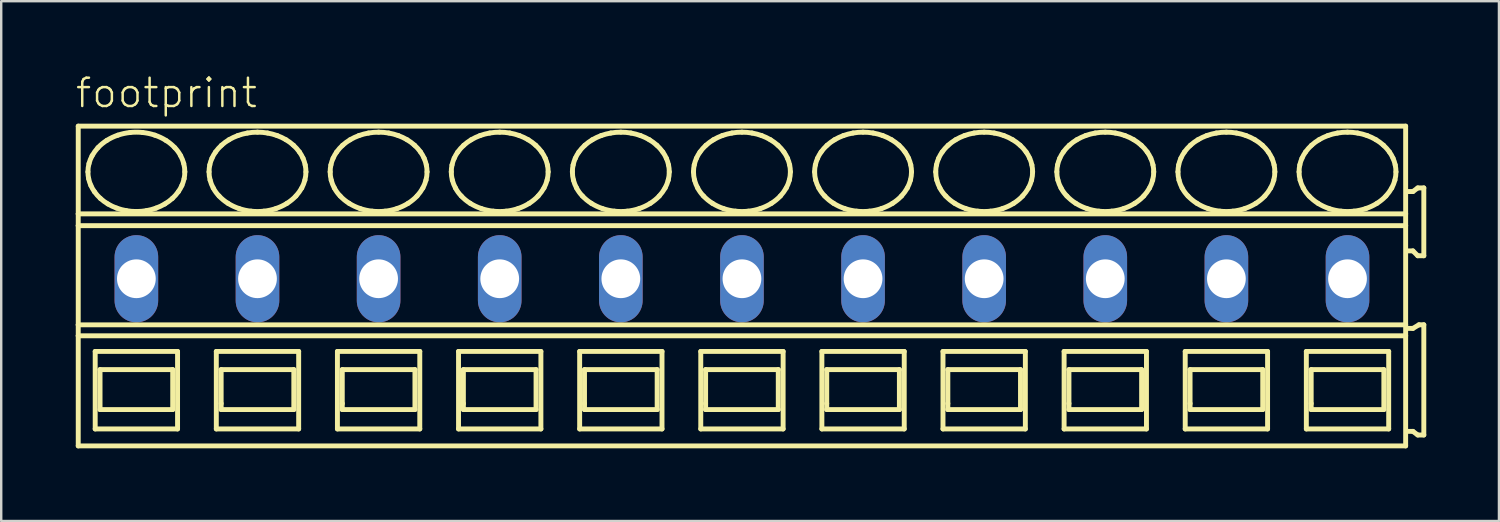
<source format=kicad_pcb>
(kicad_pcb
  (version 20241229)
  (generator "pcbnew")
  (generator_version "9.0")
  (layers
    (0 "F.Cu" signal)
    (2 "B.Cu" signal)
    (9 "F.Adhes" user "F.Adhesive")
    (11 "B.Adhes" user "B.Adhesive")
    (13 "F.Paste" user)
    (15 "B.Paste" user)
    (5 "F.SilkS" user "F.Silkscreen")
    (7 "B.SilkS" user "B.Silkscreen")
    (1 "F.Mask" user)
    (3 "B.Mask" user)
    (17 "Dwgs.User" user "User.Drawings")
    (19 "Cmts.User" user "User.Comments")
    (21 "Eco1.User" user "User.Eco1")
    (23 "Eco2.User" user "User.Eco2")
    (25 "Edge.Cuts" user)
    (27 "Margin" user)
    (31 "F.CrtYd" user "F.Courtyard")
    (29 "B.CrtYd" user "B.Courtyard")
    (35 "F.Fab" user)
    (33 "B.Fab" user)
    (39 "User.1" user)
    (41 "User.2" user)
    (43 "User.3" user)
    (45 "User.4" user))
  (footprint "footprint"
    (layer "F.Cu")
    (at 5.08 8.458)
    (property "Reference" "footprint" (at -5.08 -6.985 0) (layer "F.SilkS") (effects (font (size 1.168 1.168) (thickness 0.102)) (justify left bottom)))
    (fp_line (start -4.9 -6.3) (end -4.9 -2.679) (stroke (width 0.203) (type solid)) (layer "F.SilkS"))
    (fp_line (start -4.9 -2.679) (end -4.9 -2.192) (stroke (width 0.203) (type solid)) (layer "F.SilkS"))
    (fp_line (start -4.9 -2.192) (end -4.9 1.902) (stroke (width 0.203) (type solid)) (layer "F.SilkS"))
    (fp_line (start -4.9 1.902) (end -4.9 2.354) (stroke (width 0.203) (type solid)) (layer "F.SilkS"))
    (fp_line (start -4.9 2.354) (end -4.9 6.9) (stroke (width 0.203) (type solid)) (layer "F.SilkS"))
    (fp_line (start -4.9 6.9) (end 49.9 6.9) (stroke (width 0.203) (type solid)) (layer "F.SilkS"))
    (fp_line (start -4.2 3) (end -4.2 6.2) (stroke (width 0.203) (type solid)) (layer "F.SilkS"))
    (fp_line (start -4.2 6.2) (end -0.8 6.2) (stroke (width 0.203) (type solid)) (layer "F.SilkS"))
    (fp_line (start -4 3.75) (end -4 5.4) (stroke (width 0.203) (type solid)) (layer "F.SilkS"))
    (fp_line (start -4 5.4) (end -1 5.4) (stroke (width 0.203) (type solid)) (layer "F.SilkS"))
    (fp_line (start -1 3.75) (end -4 3.75) (stroke (width 0.203) (type solid)) (layer "F.SilkS"))
    (fp_line (start -1 5.4) (end -1 3.75) (stroke (width 0.203) (type solid)) (layer "F.SilkS"))
    (fp_line (start -0.8 3) (end -4.2 3) (stroke (width 0.203) (type solid)) (layer "F.SilkS"))
    (fp_line (start -0.8 6.2) (end -0.8 3) (stroke (width 0.203) (type solid)) (layer "F.SilkS"))
    (fp_line (start 0.8 3) (end 0.8 6.2) (stroke (width 0.203) (type solid)) (layer "F.SilkS"))
    (fp_line (start 0.8 6.2) (end 4.2 6.2) (stroke (width 0.203) (type solid)) (layer "F.SilkS"))
    (fp_line (start 1 3.75) (end 1 5.15) (stroke (width 0.203) (type solid)) (layer "F.SilkS"))
    (fp_line (start 1 5.15) (end 1 5.4) (stroke (width 0.203) (type solid)) (layer "F.SilkS"))
    (fp_line (start 1 5.4) (end 4 5.4) (stroke (width 0.203) (type solid)) (layer "F.SilkS"))
    (fp_line (start 4 3.75) (end 1 3.75) (stroke (width 0.203) (type solid)) (layer "F.SilkS"))
    (fp_line (start 4 5.4) (end 4 3.75) (stroke (width 0.203) (type solid)) (layer "F.SilkS"))
    (fp_line (start 4.2 3) (end 0.8 3) (stroke (width 0.203) (type solid)) (layer "F.SilkS"))
    (fp_line (start 4.2 6.2) (end 4.2 3) (stroke (width 0.203) (type solid)) (layer "F.SilkS"))
    (fp_line (start 5.8 3) (end 5.8 6.2) (stroke (width 0.203) (type solid)) (layer "F.SilkS"))
    (fp_line (start 5.8 6.2) (end 9.2 6.2) (stroke (width 0.203) (type solid)) (layer "F.SilkS"))
    (fp_line (start 6 3.75) (end 6 5.15) (stroke (width 0.203) (type solid)) (layer "F.SilkS"))
    (fp_line (start 6 5.15) (end 6 5.4) (stroke (width 0.203) (type solid)) (layer "F.SilkS"))
    (fp_line (start 6 5.4) (end 9 5.4) (stroke (width 0.203) (type solid)) (layer "F.SilkS"))
    (fp_line (start 9 3.75) (end 6 3.75) (stroke (width 0.203) (type solid)) (layer "F.SilkS"))
    (fp_line (start 9 5.4) (end 9 3.75) (stroke (width 0.203) (type solid)) (layer "F.SilkS"))
    (fp_line (start 9.2 3) (end 5.8 3) (stroke (width 0.203) (type solid)) (layer "F.SilkS"))
    (fp_line (start 9.2 6.2) (end 9.2 3) (stroke (width 0.203) (type solid)) (layer "F.SilkS"))
    (fp_line (start 10.8 3) (end 10.8 6.2) (stroke (width 0.203) (type solid)) (layer "F.SilkS"))
    (fp_line (start 10.8 6.2) (end 14.2 6.2) (stroke (width 0.203) (type solid)) (layer "F.SilkS"))
    (fp_line (start 11 3.75) (end 11 5.15) (stroke (width 0.203) (type solid)) (layer "F.SilkS"))
    (fp_line (start 11 5.15) (end 11 5.4) (stroke (width 0.203) (type solid)) (layer "F.SilkS"))
    (fp_line (start 11 5.4) (end 14 5.4) (stroke (width 0.203) (type solid)) (layer "F.SilkS"))
    (fp_line (start 14 3.75) (end 11 3.75) (stroke (width 0.203) (type solid)) (layer "F.SilkS"))
    (fp_line (start 14 5.4) (end 14 3.75) (stroke (width 0.203) (type solid)) (layer "F.SilkS"))
    (fp_line (start 14.2 3) (end 10.8 3) (stroke (width 0.203) (type solid)) (layer "F.SilkS"))
    (fp_line (start 14.2 6.2) (end 14.2 3) (stroke (width 0.203) (type solid)) (layer "F.SilkS"))
    (fp_line (start 15.8 3) (end 15.8 6.2) (stroke (width 0.203) (type solid)) (layer "F.SilkS"))
    (fp_line (start 15.8 6.2) (end 19.2 6.2) (stroke (width 0.203) (type solid)) (layer "F.SilkS"))
    (fp_line (start 16 3.75) (end 16 5.15) (stroke (width 0.203) (type solid)) (layer "F.SilkS"))
    (fp_line (start 16 5.15) (end 16 5.4) (stroke (width 0.203) (type solid)) (layer "F.SilkS"))
    (fp_line (start 16 5.4) (end 19 5.4) (stroke (width 0.203) (type solid)) (layer "F.SilkS"))
    (fp_line (start 19 3.75) (end 16 3.75) (stroke (width 0.203) (type solid)) (layer "F.SilkS"))
    (fp_line (start 19 5.4) (end 19 3.75) (stroke (width 0.203) (type solid)) (layer "F.SilkS"))
    (fp_line (start 19.2 3) (end 15.8 3) (stroke (width 0.203) (type solid)) (layer "F.SilkS"))
    (fp_line (start 19.2 6.2) (end 19.2 3) (stroke (width 0.203) (type solid)) (layer "F.SilkS"))
    (fp_line (start 20.8 3) (end 20.8 6.2) (stroke (width 0.203) (type solid)) (layer "F.SilkS"))
    (fp_line (start 20.8 6.2) (end 24.2 6.2) (stroke (width 0.203) (type solid)) (layer "F.SilkS"))
    (fp_line (start 21 3.75) (end 21 5.15) (stroke (width 0.203) (type solid)) (layer "F.SilkS"))
    (fp_line (start 21 5.15) (end 21 5.4) (stroke (width 0.203) (type solid)) (layer "F.SilkS"))
    (fp_line (start 21 5.4) (end 24 5.4) (stroke (width 0.203) (type solid)) (layer "F.SilkS"))
    (fp_line (start 24 3.75) (end 21 3.75) (stroke (width 0.203) (type solid)) (layer "F.SilkS"))
    (fp_line (start 24 5.4) (end 24 3.75) (stroke (width 0.203) (type solid)) (layer "F.SilkS"))
    (fp_line (start 24.2 3) (end 20.8 3) (stroke (width 0.203) (type solid)) (layer "F.SilkS"))
    (fp_line (start 24.2 6.2) (end 24.2 3) (stroke (width 0.203) (type solid)) (layer "F.SilkS"))
    (fp_line (start 25.8 3) (end 25.8 6.2) (stroke (width 0.203) (type solid)) (layer "F.SilkS"))
    (fp_line (start 25.8 6.2) (end 29.2 6.2) (stroke (width 0.203) (type solid)) (layer "F.SilkS"))
    (fp_line (start 26 3.75) (end 26 5.15) (stroke (width 0.203) (type solid)) (layer "F.SilkS"))
    (fp_line (start 26 5.15) (end 26 5.4) (stroke (width 0.203) (type solid)) (layer "F.SilkS"))
    (fp_line (start 26 5.4) (end 29 5.4) (stroke (width 0.203) (type solid)) (layer "F.SilkS"))
    (fp_line (start 29 3.75) (end 26 3.75) (stroke (width 0.203) (type solid)) (layer "F.SilkS"))
    (fp_line (start 29 5.4) (end 29 3.75) (stroke (width 0.203) (type solid)) (layer "F.SilkS"))
    (fp_line (start 29.2 3) (end 25.8 3) (stroke (width 0.203) (type solid)) (layer "F.SilkS"))
    (fp_line (start 29.2 6.2) (end 29.2 3) (stroke (width 0.203) (type solid)) (layer "F.SilkS"))
    (fp_line (start 30.8 3) (end 30.8 6.2) (stroke (width 0.203) (type solid)) (layer "F.SilkS"))
    (fp_line (start 30.8 6.2) (end 34.2 6.2) (stroke (width 0.203) (type solid)) (layer "F.SilkS"))
    (fp_line (start 31 3.75) (end 31 5.15) (stroke (width 0.203) (type solid)) (layer "F.SilkS"))
    (fp_line (start 31 5.15) (end 31 5.4) (stroke (width 0.203) (type solid)) (layer "F.SilkS"))
    (fp_line (start 31 5.4) (end 34 5.4) (stroke (width 0.203) (type solid)) (layer "F.SilkS"))
    (fp_line (start 34 3.75) (end 31 3.75) (stroke (width 0.203) (type solid)) (layer "F.SilkS"))
    (fp_line (start 34 5.4) (end 34 3.75) (stroke (width 0.203) (type solid)) (layer "F.SilkS"))
    (fp_line (start 34.2 3) (end 30.8 3) (stroke (width 0.203) (type solid)) (layer "F.SilkS"))
    (fp_line (start 34.2 6.2) (end 34.2 3) (stroke (width 0.203) (type solid)) (layer "F.SilkS"))
    (fp_line (start 35.8 3) (end 35.8 6.2) (stroke (width 0.203) (type solid)) (layer "F.SilkS"))
    (fp_line (start 35.8 6.2) (end 39.2 6.2) (stroke (width 0.203) (type solid)) (layer "F.SilkS"))
    (fp_line (start 36 3.75) (end 36 5.15) (stroke (width 0.203) (type solid)) (layer "F.SilkS"))
    (fp_line (start 36 5.15) (end 36 5.4) (stroke (width 0.203) (type solid)) (layer "F.SilkS"))
    (fp_line (start 36 5.4) (end 39 5.4) (stroke (width 0.203) (type solid)) (layer "F.SilkS"))
    (fp_line (start 39 3.75) (end 36 3.75) (stroke (width 0.203) (type solid)) (layer "F.SilkS"))
    (fp_line (start 39 5.4) (end 39 3.75) (stroke (width 0.203) (type solid)) (layer "F.SilkS"))
    (fp_line (start 39.2 3) (end 35.8 3) (stroke (width 0.203) (type solid)) (layer "F.SilkS"))
    (fp_line (start 39.2 6.2) (end 39.2 3) (stroke (width 0.203) (type solid)) (layer "F.SilkS"))
    (fp_line (start 40.8 3) (end 40.8 6.2) (stroke (width 0.203) (type solid)) (layer "F.SilkS"))
    (fp_line (start 40.8 6.2) (end 44.2 6.2) (stroke (width 0.203) (type solid)) (layer "F.SilkS"))
    (fp_line (start 41 3.75) (end 41 5.15) (stroke (width 0.203) (type solid)) (layer "F.SilkS"))
    (fp_line (start 41 5.15) (end 41 5.4) (stroke (width 0.203) (type solid)) (layer "F.SilkS"))
    (fp_line (start 41 5.4) (end 44 5.4) (stroke (width 0.203) (type solid)) (layer "F.SilkS"))
    (fp_line (start 44 3.75) (end 41 3.75) (stroke (width 0.203) (type solid)) (layer "F.SilkS"))
    (fp_line (start 44 5.4) (end 44 3.75) (stroke (width 0.203) (type solid)) (layer "F.SilkS"))
    (fp_line (start 44.2 3) (end 40.8 3) (stroke (width 0.203) (type solid)) (layer "F.SilkS"))
    (fp_line (start 44.2 6.2) (end 44.2 3) (stroke (width 0.203) (type solid)) (layer "F.SilkS"))
    (fp_line (start 45.8 3) (end 45.8 6.2) (stroke (width 0.203) (type solid)) (layer "F.SilkS"))
    (fp_line (start 45.8 6.2) (end 49.2 6.2) (stroke (width 0.203) (type solid)) (layer "F.SilkS"))
    (fp_line (start 46 3.75) (end 46 5.15) (stroke (width 0.203) (type solid)) (layer "F.SilkS"))
    (fp_line (start 46 5.15) (end 46 5.4) (stroke (width 0.203) (type solid)) (layer "F.SilkS"))
    (fp_line (start 46 5.4) (end 49 5.4) (stroke (width 0.203) (type solid)) (layer "F.SilkS"))
    (fp_line (start 49 3.75) (end 46 3.75) (stroke (width 0.203) (type solid)) (layer "F.SilkS"))
    (fp_line (start 49 5.4) (end 49 3.75) (stroke (width 0.203) (type solid)) (layer "F.SilkS"))
    (fp_line (start 49.2 3) (end 45.8 3) (stroke (width 0.203) (type solid)) (layer "F.SilkS"))
    (fp_line (start 49.2 6.2) (end 49.2 3) (stroke (width 0.203) (type solid)) (layer "F.SilkS"))
    (fp_line (start 49.9 -6.3) (end -4.9 -6.3) (stroke (width 0.203) (type solid)) (layer "F.SilkS"))
    (fp_line (start 49.9 -2.679) (end -4.9 -2.679) (stroke (width 0.203) (type solid)) (layer "F.SilkS"))
    (fp_line (start 49.9 -2.679) (end 49.9 -6.3) (stroke (width 0.203) (type solid)) (layer "F.SilkS"))
    (fp_line (start 49.9 -2.192) (end -4.9 -2.192) (stroke (width 0.203) (type solid)) (layer "F.SilkS"))
    (fp_line (start 49.9 -2.192) (end 49.9 -2.679) (stroke (width 0.203) (type solid)) (layer "F.SilkS"))
    (fp_line (start 49.9 1.902) (end -4.9 1.902) (stroke (width 0.203) (type solid)) (layer "F.SilkS"))
    (fp_line (start 49.9 1.902) (end 49.9 -2.192) (stroke (width 0.203) (type solid)) (layer "F.SilkS"))
    (fp_line (start 49.9 2.354) (end -4.9 2.354) (stroke (width 0.203) (type solid)) (layer "F.SilkS"))
    (fp_line (start 49.9 2.354) (end 49.9 1.902) (stroke (width 0.203) (type solid)) (layer "F.SilkS"))
    (fp_line (start 49.9 6.9) (end 49.9 2.354) (stroke (width 0.203) (type solid)) (layer "F.SilkS"))
    (fp_line (start 50 -1.15) (end 50.2 -1.15) (stroke (width 0.203) (type solid)) (layer "F.SilkS"))
    (fp_line (start 50 6.3) (end 50.2 6.3) (stroke (width 0.203) (type solid)) (layer "F.SilkS"))
    (fp_line (start 50.2 -3.6) (end 50 -3.6) (stroke (width 0.203) (type solid)) (layer "F.SilkS"))
    (fp_line (start 50.2 -1.15) (end 50.4 -0.95) (stroke (width 0.203) (type solid)) (layer "F.SilkS"))
    (fp_line (start 50.2 2.05) (end 50 2.05) (stroke (width 0.203) (type solid)) (layer "F.SilkS"))
    (fp_line (start 50.2 6.3) (end 50.4 6.45) (stroke (width 0.203) (type solid)) (layer "F.SilkS"))
    (fp_line (start 50.4 -3.75) (end 50.2 -3.6) (stroke (width 0.203) (type solid)) (layer "F.SilkS"))
    (fp_line (start 50.4 -0.95) (end 50.65 -0.95) (stroke (width 0.203) (type solid)) (layer "F.SilkS"))
    (fp_line (start 50.4 6.45) (end 50.65 6.45) (stroke (width 0.203) (type solid)) (layer "F.SilkS"))
    (fp_line (start 50.45 1.9) (end 50.2 2.05) (stroke (width 0.203) (type solid)) (layer "F.SilkS"))
    (fp_line (start 50.65 -3.75) (end 50.4 -3.75) (stroke (width 0.203) (type solid)) (layer "F.SilkS"))
    (fp_line (start 50.65 -0.95) (end 50.65 -3.75) (stroke (width 0.203) (type solid)) (layer "F.SilkS"))
    (fp_line (start 50.65 1.9) (end 50.45 1.9) (stroke (width 0.203) (type solid)) (layer "F.SilkS"))
    (fp_line (start 50.65 6.45) (end 50.65 1.9) (stroke (width 0.203) (type solid)) (layer "F.SilkS"))
    (fp_arc (start -4.5 -4.4136) (mid -4.488905 -4.585389) (end -4.4562 -4.7544) (stroke (width 0.2032) (type solid)) (layer "F.SilkS"))
    (fp_arc (start -4.4695 -4.1287) (mid -4.492308 -4.270341) (end -4.5 -4.4136) (stroke (width 0.2032) (type solid)) (layer "F.SilkS"))
    (fp_arc (start -4.4562 -4.7544) (mid -4.401558 -4.920839) (end -4.3273 -5.0795) (stroke (width 0.2032) (type solid)) (layer "F.SilkS"))
    (fp_arc (start -4.3795 -3.8536) (mid -4.431599 -3.988827) (end -4.4695 -4.1287) (stroke (width 0.2032) (type solid)) (layer "F.SilkS"))
    (fp_arc (start -4.3274 -5.0795) (mid -4.216217 -5.252167) (end -4.0864 -5.4113) (stroke (width 0.2032) (type solid)) (layer "F.SilkS"))
    (fp_arc (start -4.232 -3.5945) (mid -4.312155 -3.720404) (end -4.3795 -3.8536) (stroke (width 0.2032) (type solid)) (layer "F.SilkS"))
    (fp_arc (start -4.0864 -5.4113) (mid -3.911717 -5.573771) (end -3.718 -5.713) (stroke (width 0.2032) (type solid)) (layer "F.SilkS"))
    (fp_arc (start -3.9861 -3.3171) (mid -4.116737 -3.448975) (end -4.2321 -3.5944) (stroke (width 0.2032) (type solid)) (layer "F.SilkS"))
    (fp_arc (start -3.718 -5.713) (mid -3.497651 -5.83326) (end -3.2649 -5.9273) (stroke (width 0.2032) (type solid)) (layer "F.SilkS"))
    (fp_arc (start -3.676 -3.0884) (mid -3.836846 -3.194891) (end -3.9861 -3.3171) (stroke (width 0.2032) (type solid)) (layer "F.SilkS"))
    (fp_arc (start -3.313 -2.9167) (mid -3.498551 -2.993985) (end -3.676 -3.0884) (stroke (width 0.2032) (type solid)) (layer "F.SilkS"))
    (fp_arc (start -3.2649 -5.9273) (mid -3.016253 -5.996227) (end -2.7616 -6.0378) (stroke (width 0.2032) (type solid)) (layer "F.SilkS"))
    (fp_arc (start -2.9161 -2.8111) (mid -3.116893 -2.855096) (end -3.313 -2.9167) (stroke (width 0.2032) (type solid)) (layer "F.SilkS"))
    (fp_arc (start -2.7616 -6.0378) (mid -2.5 -6.051841) (end -2.2384 -6.0378) (stroke (width 0.2032) (type solid)) (layer "F.SilkS"))
    (fp_arc (start -2.5 -2.7752) (mid -2.708826 -2.784159) (end -2.9161 -2.8111) (stroke (width 0.2032) (type solid)) (layer "F.SilkS"))
    (fp_arc (start -2.2384 -6.0378) (mid -1.983714 -5.996379) (end -1.7351 -5.9273) (stroke (width 0.2032) (type solid)) (layer "F.SilkS"))
    (fp_arc (start -2.0839 -2.8111) (mid -2.291182 -2.784277) (end -2.5 -2.7753) (stroke (width 0.2032) (type solid)) (layer "F.SilkS"))
    (fp_arc (start -1.7351 -5.9273) (mid -1.502222 -5.83353) (end -1.282 -5.713) (stroke (width 0.2032) (type solid)) (layer "F.SilkS"))
    (fp_arc (start -1.687 -2.9167) (mid -1.883129 -2.855175) (end -2.0839 -2.8111) (stroke (width 0.2032) (type solid)) (layer "F.SilkS"))
    (fp_arc (start -1.324 -3.0884) (mid -1.501514 -2.994123) (end -1.687 -2.9167) (stroke (width 0.2032) (type solid)) (layer "F.SilkS"))
    (fp_arc (start -1.282 -5.713) (mid -1.088036 -5.574073) (end -0.9136 -5.4113) (stroke (width 0.2032) (type solid)) (layer "F.SilkS"))
    (fp_arc (start -1.0139 -3.3171) (mid -1.163276 -3.195057) (end -1.324 -3.0884) (stroke (width 0.2032) (type solid)) (layer "F.SilkS"))
    (fp_arc (start -0.9137 -5.4112) (mid -0.781313 -5.253987) (end -0.6727 -5.0795) (stroke (width 0.2032) (type solid)) (layer "F.SilkS"))
    (fp_arc (start -0.7679 -3.5944) (mid -0.88339 -3.449088) (end -1.0139 -3.3171) (stroke (width 0.2032) (type solid)) (layer "F.SilkS"))
    (fp_arc (start -0.6727 -5.0795) (mid -0.598286 -4.920901) (end -0.5438 -4.7544) (stroke (width 0.2032) (type solid)) (layer "F.SilkS"))
    (fp_arc (start -0.6204 -3.8536) (mid -0.687861 -3.720421) (end -0.7679 -3.5944) (stroke (width 0.2032) (type solid)) (layer "F.SilkS"))
    (fp_arc (start -0.5438 -4.7544) (mid -0.511083 -4.58539) (end -0.5 -4.4136) (stroke (width 0.2032) (type solid)) (layer "F.SilkS"))
    (fp_arc (start -0.5305 -4.1287) (mid -0.568473 -3.988851) (end -0.6205 -3.8536) (stroke (width 0.2032) (type solid)) (layer "F.SilkS"))
    (fp_arc (start -0.5001 -4.4136) (mid -0.507739 -4.270343) (end -0.5305 -4.1287) (stroke (width 0.2032) (type solid)) (layer "F.SilkS"))
    (fp_arc (start 0.5 -4.4136) (mid 0.507693 -4.556809) (end 0.5305 -4.6984) (stroke (width 0.2032) (type solid)) (layer "F.SilkS"))
    (fp_arc (start 0.5305 -4.6984) (mid 0.568467 -4.8383) (end 0.6205 -4.9736) (stroke (width 0.2032) (type solid)) (layer "F.SilkS"))
    (fp_arc (start 0.5438 -4.0727) (mid 0.511073 -4.241759) (end 0.5 -4.4136) (stroke (width 0.2032) (type solid)) (layer "F.SilkS"))
    (fp_arc (start 0.6204 -4.9736) (mid 0.687866 -5.106728) (end 0.7679 -5.2327) (stroke (width 0.2032) (type solid)) (layer "F.SilkS"))
    (fp_arc (start 0.6727 -3.7476) (mid 0.598289 -3.9062) (end 0.5438 -4.0727) (stroke (width 0.2032) (type solid)) (layer "F.SilkS"))
    (fp_arc (start 0.7679 -5.2327) (mid 0.883386 -5.378016) (end 1.0139 -5.51) (stroke (width 0.2032) (type solid)) (layer "F.SilkS"))
    (fp_arc (start 0.9136 -3.4159) (mid 0.781267 -3.57312) (end 0.6727 -3.7476) (stroke (width 0.2032) (type solid)) (layer "F.SilkS"))
    (fp_arc (start 1.0139 -5.51) (mid 1.163277 -5.632042) (end 1.324 -5.7387) (stroke (width 0.2032) (type solid)) (layer "F.SilkS"))
    (fp_arc (start 1.282 -3.1141) (mid 1.088032 -3.253077) (end 0.9136 -3.4159) (stroke (width 0.2032) (type solid)) (layer "F.SilkS"))
    (fp_arc (start 1.324 -5.7387) (mid 1.501514 -5.832977) (end 1.687 -5.9104) (stroke (width 0.2032) (type solid)) (layer "F.SilkS"))
    (fp_arc (start 1.687 -5.9104) (mid 1.883129 -5.971925) (end 2.0839 -6.016) (stroke (width 0.2032) (type solid)) (layer "F.SilkS"))
    (fp_arc (start 1.7351 -2.8998) (mid 1.502222 -2.993571) (end 1.282 -3.1141) (stroke (width 0.2032) (type solid)) (layer "F.SilkS"))
    (fp_arc (start 2.0839 -6.0161) (mid 2.291183 -6.042919) (end 2.5 -6.0519) (stroke (width 0.2032) (type solid)) (layer "F.SilkS"))
    (fp_arc (start 2.2384 -2.7893) (mid 1.983714 -2.830721) (end 1.7351 -2.8998) (stroke (width 0.2032) (type solid)) (layer "F.SilkS"))
    (fp_arc (start 2.5 -6.0519) (mid 2.708826 -6.042941) (end 2.9161 -6.016) (stroke (width 0.2032) (type solid)) (layer "F.SilkS"))
    (fp_arc (start 2.7616 -2.7893) (mid 2.5 -2.775259) (end 2.2384 -2.7893) (stroke (width 0.2032) (type solid)) (layer "F.SilkS"))
    (fp_arc (start 2.9161 -6.016) (mid 3.116893 -5.972004) (end 3.313 -5.9104) (stroke (width 0.2032) (type solid)) (layer "F.SilkS"))
    (fp_arc (start 3.2649 -2.8998) (mid 3.016253 -2.830873) (end 2.7616 -2.7893) (stroke (width 0.2032) (type solid)) (layer "F.SilkS"))
    (fp_arc (start 3.313 -5.9104) (mid 3.498552 -5.833116) (end 3.676 -5.7387) (stroke (width 0.2032) (type solid)) (layer "F.SilkS"))
    (fp_arc (start 3.676 -5.7387) (mid 3.836846 -5.632209) (end 3.9861 -5.51) (stroke (width 0.2032) (type solid)) (layer "F.SilkS"))
    (fp_arc (start 3.718 -3.1141) (mid 3.497651 -2.993839) (end 3.2649 -2.8998) (stroke (width 0.2032) (type solid)) (layer "F.SilkS"))
    (fp_arc (start 3.9861 -5.51) (mid 4.116738 -5.378126) (end 4.2321 -5.2327) (stroke (width 0.2032) (type solid)) (layer "F.SilkS"))
    (fp_arc (start 4.0864 -3.4159) (mid 3.911721 -3.253378) (end 3.718 -3.1141) (stroke (width 0.2032) (type solid)) (layer "F.SilkS"))
    (fp_arc (start 4.2321 -5.2327) (mid 4.312204 -5.106793) (end 4.3795 -4.9736) (stroke (width 0.2032) (type solid)) (layer "F.SilkS"))
    (fp_arc (start 4.3273 -3.7476) (mid 4.216161 -3.574988) (end 4.0864 -3.4159) (stroke (width 0.2032) (type solid)) (layer "F.SilkS"))
    (fp_arc (start 4.3795 -4.9736) (mid 4.431605 -4.838324) (end 4.4695 -4.6984) (stroke (width 0.2032) (type solid)) (layer "F.SilkS"))
    (fp_arc (start 4.4562 -4.0727) (mid 4.401557 -3.906262) (end 4.3273 -3.7476) (stroke (width 0.2032) (type solid)) (layer "F.SilkS"))
    (fp_arc (start 4.4695 -4.6984) (mid 4.4923 -4.556809) (end 4.5 -4.4136) (stroke (width 0.2032) (type solid)) (layer "F.SilkS"))
    (fp_arc (start 4.5 -4.4136) (mid 4.488914 -4.241761) (end 4.4562 -4.0727) (stroke (width 0.2032) (type solid)) (layer "F.SilkS"))
    (fp_arc (start 5.5 -4.4136) (mid 5.507693 -4.556809) (end 5.5305 -4.6984) (stroke (width 0.2032) (type solid)) (layer "F.SilkS"))
    (fp_arc (start 5.5305 -4.6984) (mid 5.568467 -4.8383) (end 5.6205 -4.9736) (stroke (width 0.2032) (type solid)) (layer "F.SilkS"))
    (fp_arc (start 5.5438 -4.0727) (mid 5.511073 -4.241759) (end 5.5 -4.4136) (stroke (width 0.2032) (type solid)) (layer "F.SilkS"))
    (fp_arc (start 5.6204 -4.9736) (mid 5.687866 -5.106728) (end 5.7679 -5.2327) (stroke (width 0.2032) (type solid)) (layer "F.SilkS"))
    (fp_arc (start 5.6727 -3.7476) (mid 5.598289 -3.9062) (end 5.5438 -4.0727) (stroke (width 0.2032) (type solid)) (layer "F.SilkS"))
    (fp_arc (start 5.7679 -5.2327) (mid 5.883386 -5.378016) (end 6.0139 -5.51) (stroke (width 0.2032) (type solid)) (layer "F.SilkS"))
    (fp_arc (start 5.9136 -3.4159) (mid 5.781267 -3.57312) (end 5.6727 -3.7476) (stroke (width 0.2032) (type solid)) (layer "F.SilkS"))
    (fp_arc (start 6.0139 -5.51) (mid 6.163277 -5.632042) (end 6.324 -5.7387) (stroke (width 0.2032) (type solid)) (layer "F.SilkS"))
    (fp_arc (start 6.282 -3.1141) (mid 6.088032 -3.253077) (end 5.9136 -3.4159) (stroke (width 0.2032) (type solid)) (layer "F.SilkS"))
    (fp_arc (start 6.324 -5.7387) (mid 6.501514 -5.832977) (end 6.687 -5.9104) (stroke (width 0.2032) (type solid)) (layer "F.SilkS"))
    (fp_arc (start 6.687 -5.9104) (mid 6.883129 -5.971925) (end 7.0839 -6.016) (stroke (width 0.2032) (type solid)) (layer "F.SilkS"))
    (fp_arc (start 6.7351 -2.8998) (mid 6.502222 -2.993571) (end 6.282 -3.1141) (stroke (width 0.2032) (type solid)) (layer "F.SilkS"))
    (fp_arc (start 7.0839 -6.0161) (mid 7.291183 -6.042919) (end 7.5 -6.0519) (stroke (width 0.2032) (type solid)) (layer "F.SilkS"))
    (fp_arc (start 7.2384 -2.7893) (mid 6.983714 -2.830721) (end 6.7351 -2.8998) (stroke (width 0.2032) (type solid)) (layer "F.SilkS"))
    (fp_arc (start 7.5 -6.0519) (mid 7.708826 -6.042941) (end 7.9161 -6.016) (stroke (width 0.2032) (type solid)) (layer "F.SilkS"))
    (fp_arc (start 7.7616 -2.7893) (mid 7.5 -2.775259) (end 7.2384 -2.7893) (stroke (width 0.2032) (type solid)) (layer "F.SilkS"))
    (fp_arc (start 7.9161 -6.016) (mid 8.116893 -5.972004) (end 8.313 -5.9104) (stroke (width 0.2032) (type solid)) (layer "F.SilkS"))
    (fp_arc (start 8.2649 -2.8998) (mid 8.016253 -2.830873) (end 7.7616 -2.7893) (stroke (width 0.2032) (type solid)) (layer "F.SilkS"))
    (fp_arc (start 8.313 -5.9104) (mid 8.498552 -5.833116) (end 8.676 -5.7387) (stroke (width 0.2032) (type solid)) (layer "F.SilkS"))
    (fp_arc (start 8.676 -5.7387) (mid 8.836846 -5.632209) (end 8.9861 -5.51) (stroke (width 0.2032) (type solid)) (layer "F.SilkS"))
    (fp_arc (start 8.718 -3.1141) (mid 8.497651 -2.993839) (end 8.2649 -2.8998) (stroke (width 0.2032) (type solid)) (layer "F.SilkS"))
    (fp_arc (start 8.9861 -5.51) (mid 9.116738 -5.378126) (end 9.2321 -5.2327) (stroke (width 0.2032) (type solid)) (layer "F.SilkS"))
    (fp_arc (start 9.0864 -3.4159) (mid 8.911721 -3.253378) (end 8.718 -3.1141) (stroke (width 0.2032) (type solid)) (layer "F.SilkS"))
    (fp_arc (start 9.2321 -5.2327) (mid 9.312204 -5.106793) (end 9.3795 -4.9736) (stroke (width 0.2032) (type solid)) (layer "F.SilkS"))
    (fp_arc (start 9.3273 -3.7476) (mid 9.216161 -3.574988) (end 9.0864 -3.4159) (stroke (width 0.2032) (type solid)) (layer "F.SilkS"))
    (fp_arc (start 9.3795 -4.9736) (mid 9.431605 -4.838324) (end 9.4695 -4.6984) (stroke (width 0.2032) (type solid)) (layer "F.SilkS"))
    (fp_arc (start 9.4562 -4.0727) (mid 9.401557 -3.906262) (end 9.3273 -3.7476) (stroke (width 0.2032) (type solid)) (layer "F.SilkS"))
    (fp_arc (start 9.4695 -4.6984) (mid 9.4923 -4.556809) (end 9.5 -4.4136) (stroke (width 0.2032) (type solid)) (layer "F.SilkS"))
    (fp_arc (start 9.5 -4.4136) (mid 9.488914 -4.241761) (end 9.4562 -4.0727) (stroke (width 0.2032) (type solid)) (layer "F.SilkS"))
    (fp_arc (start 10.5 -4.4136) (mid 10.507693 -4.556809) (end 10.5305 -4.6984) (stroke (width 0.2032) (type solid)) (layer "F.SilkS"))
    (fp_arc (start 10.5305 -4.6984) (mid 10.568467 -4.8383) (end 10.6205 -4.9736) (stroke (width 0.2032) (type solid)) (layer "F.SilkS"))
    (fp_arc (start 10.5438 -4.0727) (mid 10.511073 -4.241759) (end 10.5 -4.4136) (stroke (width 0.2032) (type solid)) (layer "F.SilkS"))
    (fp_arc (start 10.6204 -4.9736) (mid 10.687866 -5.106728) (end 10.7679 -5.2327) (stroke (width 0.2032) (type solid)) (layer "F.SilkS"))
    (fp_arc (start 10.6727 -3.7476) (mid 10.598289 -3.9062) (end 10.5438 -4.0727) (stroke (width 0.2032) (type solid)) (layer "F.SilkS"))
    (fp_arc (start 10.7679 -5.2327) (mid 10.883386 -5.378016) (end 11.0139 -5.51) (stroke (width 0.2032) (type solid)) (layer "F.SilkS"))
    (fp_arc (start 10.9136 -3.4159) (mid 10.781267 -3.57312) (end 10.6727 -3.7476) (stroke (width 0.2032) (type solid)) (layer "F.SilkS"))
    (fp_arc (start 11.0139 -5.51) (mid 11.163277 -5.632042) (end 11.324 -5.7387) (stroke (width 0.2032) (type solid)) (layer "F.SilkS"))
    (fp_arc (start 11.282 -3.1141) (mid 11.088032 -3.253077) (end 10.9136 -3.4159) (stroke (width 0.2032) (type solid)) (layer "F.SilkS"))
    (fp_arc (start 11.324 -5.7387) (mid 11.501514 -5.832977) (end 11.687 -5.9104) (stroke (width 0.2032) (type solid)) (layer "F.SilkS"))
    (fp_arc (start 11.687 -5.9104) (mid 11.883129 -5.971925) (end 12.0839 -6.016) (stroke (width 0.2032) (type solid)) (layer "F.SilkS"))
    (fp_arc (start 11.7351 -2.8998) (mid 11.502222 -2.993571) (end 11.282 -3.1141) (stroke (width 0.2032) (type solid)) (layer "F.SilkS"))
    (fp_arc (start 12.0839 -6.0161) (mid 12.291183 -6.042919) (end 12.5 -6.0519) (stroke (width 0.2032) (type solid)) (layer "F.SilkS"))
    (fp_arc (start 12.2384 -2.7893) (mid 11.983714 -2.830721) (end 11.7351 -2.8998) (stroke (width 0.2032) (type solid)) (layer "F.SilkS"))
    (fp_arc (start 12.5 -6.0519) (mid 12.708826 -6.042941) (end 12.9161 -6.016) (stroke (width 0.2032) (type solid)) (layer "F.SilkS"))
    (fp_arc (start 12.7616 -2.7893) (mid 12.5 -2.775259) (end 12.2384 -2.7893) (stroke (width 0.2032) (type solid)) (layer "F.SilkS"))
    (fp_arc (start 12.9161 -6.016) (mid 13.116893 -5.972004) (end 13.313 -5.9104) (stroke (width 0.2032) (type solid)) (layer "F.SilkS"))
    (fp_arc (start 13.2649 -2.8998) (mid 13.016253 -2.830873) (end 12.7616 -2.7893) (stroke (width 0.2032) (type solid)) (layer "F.SilkS"))
    (fp_arc (start 13.313 -5.9104) (mid 13.498552 -5.833116) (end 13.676 -5.7387) (stroke (width 0.2032) (type solid)) (layer "F.SilkS"))
    (fp_arc (start 13.676 -5.7387) (mid 13.836846 -5.632209) (end 13.9861 -5.51) (stroke (width 0.2032) (type solid)) (layer "F.SilkS"))
    (fp_arc (start 13.718 -3.1141) (mid 13.497651 -2.993839) (end 13.2649 -2.8998) (stroke (width 0.2032) (type solid)) (layer "F.SilkS"))
    (fp_arc (start 13.9861 -5.51) (mid 14.116738 -5.378126) (end 14.2321 -5.2327) (stroke (width 0.2032) (type solid)) (layer "F.SilkS"))
    (fp_arc (start 14.0864 -3.4159) (mid 13.911721 -3.253378) (end 13.718 -3.1141) (stroke (width 0.2032) (type solid)) (layer "F.SilkS"))
    (fp_arc (start 14.2321 -5.2327) (mid 14.312204 -5.106793) (end 14.3795 -4.9736) (stroke (width 0.2032) (type solid)) (layer "F.SilkS"))
    (fp_arc (start 14.3273 -3.7476) (mid 14.216161 -3.574988) (end 14.0864 -3.4159) (stroke (width 0.2032) (type solid)) (layer "F.SilkS"))
    (fp_arc (start 14.3795 -4.9736) (mid 14.431605 -4.838324) (end 14.4695 -4.6984) (stroke (width 0.2032) (type solid)) (layer "F.SilkS"))
    (fp_arc (start 14.4562 -4.0727) (mid 14.401557 -3.906262) (end 14.3273 -3.7476) (stroke (width 0.2032) (type solid)) (layer "F.SilkS"))
    (fp_arc (start 14.4695 -4.6984) (mid 14.4923 -4.556809) (end 14.5 -4.4136) (stroke (width 0.2032) (type solid)) (layer "F.SilkS"))
    (fp_arc (start 14.5 -4.4136) (mid 14.488914 -4.241761) (end 14.4562 -4.0727) (stroke (width 0.2032) (type solid)) (layer "F.SilkS"))
    (fp_arc (start 15.5 -4.4136) (mid 15.507693 -4.556809) (end 15.5305 -4.6984) (stroke (width 0.2032) (type solid)) (layer "F.SilkS"))
    (fp_arc (start 15.5305 -4.6984) (mid 15.568467 -4.8383) (end 15.6205 -4.9736) (stroke (width 0.2032) (type solid)) (layer "F.SilkS"))
    (fp_arc (start 15.5438 -4.0727) (mid 15.511073 -4.241759) (end 15.5 -4.4136) (stroke (width 0.2032) (type solid)) (layer "F.SilkS"))
    (fp_arc (start 15.6204 -4.9736) (mid 15.687866 -5.106728) (end 15.7679 -5.2327) (stroke (width 0.2032) (type solid)) (layer "F.SilkS"))
    (fp_arc (start 15.6727 -3.7476) (mid 15.598289 -3.9062) (end 15.5438 -4.0727) (stroke (width 0.2032) (type solid)) (layer "F.SilkS"))
    (fp_arc (start 15.7679 -5.2327) (mid 15.883386 -5.378016) (end 16.0139 -5.51) (stroke (width 0.2032) (type solid)) (layer "F.SilkS"))
    (fp_arc (start 15.9136 -3.4159) (mid 15.781267 -3.57312) (end 15.6727 -3.7476) (stroke (width 0.2032) (type solid)) (layer "F.SilkS"))
    (fp_arc (start 16.0139 -5.51) (mid 16.163277 -5.632042) (end 16.324 -5.7387) (stroke (width 0.2032) (type solid)) (layer "F.SilkS"))
    (fp_arc (start 16.282 -3.1141) (mid 16.088032 -3.253077) (end 15.9136 -3.4159) (stroke (width 0.2032) (type solid)) (layer "F.SilkS"))
    (fp_arc (start 16.324 -5.7387) (mid 16.501514 -5.832977) (end 16.687 -5.9104) (stroke (width 0.2032) (type solid)) (layer "F.SilkS"))
    (fp_arc (start 16.687 -5.9104) (mid 16.883129 -5.971925) (end 17.0839 -6.016) (stroke (width 0.2032) (type solid)) (layer "F.SilkS"))
    (fp_arc (start 16.7351 -2.8998) (mid 16.502222 -2.993571) (end 16.282 -3.1141) (stroke (width 0.2032) (type solid)) (layer "F.SilkS"))
    (fp_arc (start 17.0839 -6.0161) (mid 17.291183 -6.042919) (end 17.5 -6.0519) (stroke (width 0.2032) (type solid)) (layer "F.SilkS"))
    (fp_arc (start 17.2384 -2.7893) (mid 16.983714 -2.830721) (end 16.7351 -2.8998) (stroke (width 0.2032) (type solid)) (layer "F.SilkS"))
    (fp_arc (start 17.5 -6.0519) (mid 17.708826 -6.042941) (end 17.9161 -6.016) (stroke (width 0.2032) (type solid)) (layer "F.SilkS"))
    (fp_arc (start 17.7616 -2.7893) (mid 17.5 -2.775259) (end 17.2384 -2.7893) (stroke (width 0.2032) (type solid)) (layer "F.SilkS"))
    (fp_arc (start 17.9161 -6.016) (mid 18.116893 -5.972004) (end 18.313 -5.9104) (stroke (width 0.2032) (type solid)) (layer "F.SilkS"))
    (fp_arc (start 18.2649 -2.8998) (mid 18.016253 -2.830873) (end 17.7616 -2.7893) (stroke (width 0.2032) (type solid)) (layer "F.SilkS"))
    (fp_arc (start 18.313 -5.9104) (mid 18.498552 -5.833116) (end 18.676 -5.7387) (stroke (width 0.2032) (type solid)) (layer "F.SilkS"))
    (fp_arc (start 18.676 -5.7387) (mid 18.836846 -5.632209) (end 18.9861 -5.51) (stroke (width 0.2032) (type solid)) (layer "F.SilkS"))
    (fp_arc (start 18.718 -3.1141) (mid 18.497651 -2.993839) (end 18.2649 -2.8998) (stroke (width 0.2032) (type solid)) (layer "F.SilkS"))
    (fp_arc (start 18.9861 -5.51) (mid 19.116738 -5.378126) (end 19.2321 -5.2327) (stroke (width 0.2032) (type solid)) (layer "F.SilkS"))
    (fp_arc (start 19.0864 -3.4159) (mid 18.911721 -3.253378) (end 18.718 -3.1141) (stroke (width 0.2032) (type solid)) (layer "F.SilkS"))
    (fp_arc (start 19.2321 -5.2327) (mid 19.312204 -5.106793) (end 19.3795 -4.9736) (stroke (width 0.2032) (type solid)) (layer "F.SilkS"))
    (fp_arc (start 19.3273 -3.7476) (mid 19.216161 -3.574988) (end 19.0864 -3.4159) (stroke (width 0.2032) (type solid)) (layer "F.SilkS"))
    (fp_arc (start 19.3795 -4.9736) (mid 19.431605 -4.838324) (end 19.4695 -4.6984) (stroke (width 0.2032) (type solid)) (layer "F.SilkS"))
    (fp_arc (start 19.4562 -4.0727) (mid 19.401557 -3.906262) (end 19.3273 -3.7476) (stroke (width 0.2032) (type solid)) (layer "F.SilkS"))
    (fp_arc (start 19.4695 -4.6984) (mid 19.4923 -4.556809) (end 19.5 -4.4136) (stroke (width 0.2032) (type solid)) (layer "F.SilkS"))
    (fp_arc (start 19.5 -4.4136) (mid 19.488914 -4.241761) (end 19.4562 -4.0727) (stroke (width 0.2032) (type solid)) (layer "F.SilkS"))
    (fp_arc (start 20.5 -4.4136) (mid 20.507693 -4.556809) (end 20.5305 -4.6984) (stroke (width 0.2032) (type solid)) (layer "F.SilkS"))
    (fp_arc (start 20.5305 -4.6984) (mid 20.568467 -4.8383) (end 20.6205 -4.9736) (stroke (width 0.2032) (type solid)) (layer "F.SilkS"))
    (fp_arc (start 20.5438 -4.0727) (mid 20.511073 -4.241759) (end 20.5 -4.4136) (stroke (width 0.2032) (type solid)) (layer "F.SilkS"))
    (fp_arc (start 20.6204 -4.9736) (mid 20.687866 -5.106728) (end 20.7679 -5.2327) (stroke (width 0.2032) (type solid)) (layer "F.SilkS"))
    (fp_arc (start 20.6727 -3.7476) (mid 20.598289 -3.9062) (end 20.5438 -4.0727) (stroke (width 0.2032) (type solid)) (layer "F.SilkS"))
    (fp_arc (start 20.7679 -5.2327) (mid 20.883386 -5.378016) (end 21.0139 -5.51) (stroke (width 0.2032) (type solid)) (layer "F.SilkS"))
    (fp_arc (start 20.9136 -3.4159) (mid 20.781267 -3.57312) (end 20.6727 -3.7476) (stroke (width 0.2032) (type solid)) (layer "F.SilkS"))
    (fp_arc (start 21.0139 -5.51) (mid 21.163277 -5.632042) (end 21.324 -5.7387) (stroke (width 0.2032) (type solid)) (layer "F.SilkS"))
    (fp_arc (start 21.282 -3.1141) (mid 21.088032 -3.253077) (end 20.9136 -3.4159) (stroke (width 0.2032) (type solid)) (layer "F.SilkS"))
    (fp_arc (start 21.324 -5.7387) (mid 21.501514 -5.832977) (end 21.687 -5.9104) (stroke (width 0.2032) (type solid)) (layer "F.SilkS"))
    (fp_arc (start 21.687 -5.9104) (mid 21.883129 -5.971925) (end 22.0839 -6.016) (stroke (width 0.2032) (type solid)) (layer "F.SilkS"))
    (fp_arc (start 21.7351 -2.8998) (mid 21.502222 -2.993571) (end 21.282 -3.1141) (stroke (width 0.2032) (type solid)) (layer "F.SilkS"))
    (fp_arc (start 22.0839 -6.0161) (mid 22.291183 -6.042919) (end 22.5 -6.0519) (stroke (width 0.2032) (type solid)) (layer "F.SilkS"))
    (fp_arc (start 22.2384 -2.7893) (mid 21.983714 -2.830721) (end 21.7351 -2.8998) (stroke (width 0.2032) (type solid)) (layer "F.SilkS"))
    (fp_arc (start 22.5 -6.0519) (mid 22.708826 -6.042941) (end 22.9161 -6.016) (stroke (width 0.2032) (type solid)) (layer "F.SilkS"))
    (fp_arc (start 22.7616 -2.7893) (mid 22.5 -2.775259) (end 22.2384 -2.7893) (stroke (width 0.2032) (type solid)) (layer "F.SilkS"))
    (fp_arc (start 22.9161 -6.016) (mid 23.116893 -5.972004) (end 23.313 -5.9104) (stroke (width 0.2032) (type solid)) (layer "F.SilkS"))
    (fp_arc (start 23.2649 -2.8998) (mid 23.016253 -2.830873) (end 22.7616 -2.7893) (stroke (width 0.2032) (type solid)) (layer "F.SilkS"))
    (fp_arc (start 23.313 -5.9104) (mid 23.498552 -5.833116) (end 23.676 -5.7387) (stroke (width 0.2032) (type solid)) (layer "F.SilkS"))
    (fp_arc (start 23.676 -5.7387) (mid 23.836846 -5.632209) (end 23.9861 -5.51) (stroke (width 0.2032) (type solid)) (layer "F.SilkS"))
    (fp_arc (start 23.718 -3.1141) (mid 23.497651 -2.993839) (end 23.2649 -2.8998) (stroke (width 0.2032) (type solid)) (layer "F.SilkS"))
    (fp_arc (start 23.9861 -5.51) (mid 24.116738 -5.378126) (end 24.2321 -5.2327) (stroke (width 0.2032) (type solid)) (layer "F.SilkS"))
    (fp_arc (start 24.0864 -3.4159) (mid 23.911721 -3.253378) (end 23.718 -3.1141) (stroke (width 0.2032) (type solid)) (layer "F.SilkS"))
    (fp_arc (start 24.2321 -5.2327) (mid 24.312204 -5.106793) (end 24.3795 -4.9736) (stroke (width 0.2032) (type solid)) (layer "F.SilkS"))
    (fp_arc (start 24.3273 -3.7476) (mid 24.216161 -3.574988) (end 24.0864 -3.4159) (stroke (width 0.2032) (type solid)) (layer "F.SilkS"))
    (fp_arc (start 24.3795 -4.9736) (mid 24.431605 -4.838324) (end 24.4695 -4.6984) (stroke (width 0.2032) (type solid)) (layer "F.SilkS"))
    (fp_arc (start 24.4562 -4.0727) (mid 24.401557 -3.906262) (end 24.3273 -3.7476) (stroke (width 0.2032) (type solid)) (layer "F.SilkS"))
    (fp_arc (start 24.4695 -4.6984) (mid 24.4923 -4.556809) (end 24.5 -4.4136) (stroke (width 0.2032) (type solid)) (layer "F.SilkS"))
    (fp_arc (start 24.5 -4.4136) (mid 24.488914 -4.241761) (end 24.4562 -4.0727) (stroke (width 0.2032) (type solid)) (layer "F.SilkS"))
    (fp_arc (start 25.5 -4.4136) (mid 25.507693 -4.556809) (end 25.5305 -4.6984) (stroke (width 0.2032) (type solid)) (layer "F.SilkS"))
    (fp_arc (start 25.5305 -4.6984) (mid 25.568467 -4.8383) (end 25.6205 -4.9736) (stroke (width 0.2032) (type solid)) (layer "F.SilkS"))
    (fp_arc (start 25.5438 -4.0727) (mid 25.511073 -4.241759) (end 25.5 -4.4136) (stroke (width 0.2032) (type solid)) (layer "F.SilkS"))
    (fp_arc (start 25.6204 -4.9736) (mid 25.687866 -5.106728) (end 25.7679 -5.2327) (stroke (width 0.2032) (type solid)) (layer "F.SilkS"))
    (fp_arc (start 25.6727 -3.7476) (mid 25.598289 -3.9062) (end 25.5438 -4.0727) (stroke (width 0.2032) (type solid)) (layer "F.SilkS"))
    (fp_arc (start 25.7679 -5.2327) (mid 25.883386 -5.378016) (end 26.0139 -5.51) (stroke (width 0.2032) (type solid)) (layer "F.SilkS"))
    (fp_arc (start 25.9136 -3.4159) (mid 25.781267 -3.57312) (end 25.6727 -3.7476) (stroke (width 0.2032) (type solid)) (layer "F.SilkS"))
    (fp_arc (start 26.0139 -5.51) (mid 26.163277 -5.632042) (end 26.324 -5.7387) (stroke (width 0.2032) (type solid)) (layer "F.SilkS"))
    (fp_arc (start 26.282 -3.1141) (mid 26.088032 -3.253077) (end 25.9136 -3.4159) (stroke (width 0.2032) (type solid)) (layer "F.SilkS"))
    (fp_arc (start 26.324 -5.7387) (mid 26.501514 -5.832977) (end 26.687 -5.9104) (stroke (width 0.2032) (type solid)) (layer "F.SilkS"))
    (fp_arc (start 26.687 -5.9104) (mid 26.883129 -5.971925) (end 27.0839 -6.016) (stroke (width 0.2032) (type solid)) (layer "F.SilkS"))
    (fp_arc (start 26.7351 -2.8998) (mid 26.502222 -2.993571) (end 26.282 -3.1141) (stroke (width 0.2032) (type solid)) (layer "F.SilkS"))
    (fp_arc (start 27.0839 -6.0161) (mid 27.291183 -6.042919) (end 27.5 -6.0519) (stroke (width 0.2032) (type solid)) (layer "F.SilkS"))
    (fp_arc (start 27.2384 -2.7893) (mid 26.983714 -2.830721) (end 26.7351 -2.8998) (stroke (width 0.2032) (type solid)) (layer "F.SilkS"))
    (fp_arc (start 27.5 -6.0519) (mid 27.708826 -6.042941) (end 27.9161 -6.016) (stroke (width 0.2032) (type solid)) (layer "F.SilkS"))
    (fp_arc (start 27.7616 -2.7893) (mid 27.5 -2.775259) (end 27.2384 -2.7893) (stroke (width 0.2032) (type solid)) (layer "F.SilkS"))
    (fp_arc (start 27.9161 -6.016) (mid 28.116893 -5.972004) (end 28.313 -5.9104) (stroke (width 0.2032) (type solid)) (layer "F.SilkS"))
    (fp_arc (start 28.2649 -2.8998) (mid 28.016253 -2.830873) (end 27.7616 -2.7893) (stroke (width 0.2032) (type solid)) (layer "F.SilkS"))
    (fp_arc (start 28.313 -5.9104) (mid 28.498552 -5.833116) (end 28.676 -5.7387) (stroke (width 0.2032) (type solid)) (layer "F.SilkS"))
    (fp_arc (start 28.676 -5.7387) (mid 28.836846 -5.632209) (end 28.9861 -5.51) (stroke (width 0.2032) (type solid)) (layer "F.SilkS"))
    (fp_arc (start 28.718 -3.1141) (mid 28.497651 -2.993839) (end 28.2649 -2.8998) (stroke (width 0.2032) (type solid)) (layer "F.SilkS"))
    (fp_arc (start 28.9861 -5.51) (mid 29.116738 -5.378126) (end 29.2321 -5.2327) (stroke (width 0.2032) (type solid)) (layer "F.SilkS"))
    (fp_arc (start 29.0864 -3.4159) (mid 28.911721 -3.253378) (end 28.718 -3.1141) (stroke (width 0.2032) (type solid)) (layer "F.SilkS"))
    (fp_arc (start 29.2321 -5.2327) (mid 29.312204 -5.106793) (end 29.3795 -4.9736) (stroke (width 0.2032) (type solid)) (layer "F.SilkS"))
    (fp_arc (start 29.3273 -3.7476) (mid 29.216161 -3.574988) (end 29.0864 -3.4159) (stroke (width 0.2032) (type solid)) (layer "F.SilkS"))
    (fp_arc (start 29.3795 -4.9736) (mid 29.431605 -4.838324) (end 29.4695 -4.6984) (stroke (width 0.2032) (type solid)) (layer "F.SilkS"))
    (fp_arc (start 29.4562 -4.0727) (mid 29.401557 -3.906262) (end 29.3273 -3.7476) (stroke (width 0.2032) (type solid)) (layer "F.SilkS"))
    (fp_arc (start 29.4695 -4.6984) (mid 29.4923 -4.556809) (end 29.5 -4.4136) (stroke (width 0.2032) (type solid)) (layer "F.SilkS"))
    (fp_arc (start 29.5 -4.4136) (mid 29.488914 -4.241761) (end 29.4562 -4.0727) (stroke (width 0.2032) (type solid)) (layer "F.SilkS"))
    (fp_arc (start 30.5 -4.4136) (mid 30.507693 -4.556809) (end 30.5305 -4.6984) (stroke (width 0.2032) (type solid)) (layer "F.SilkS"))
    (fp_arc (start 30.5305 -4.6984) (mid 30.568467 -4.8383) (end 30.6205 -4.9736) (stroke (width 0.2032) (type solid)) (layer "F.SilkS"))
    (fp_arc (start 30.5438 -4.0727) (mid 30.511073 -4.241759) (end 30.5 -4.4136) (stroke (width 0.2032) (type solid)) (layer "F.SilkS"))
    (fp_arc (start 30.6204 -4.9736) (mid 30.687866 -5.106728) (end 30.7679 -5.2327) (stroke (width 0.2032) (type solid)) (layer "F.SilkS"))
    (fp_arc (start 30.6727 -3.7476) (mid 30.598289 -3.9062) (end 30.5438 -4.0727) (stroke (width 0.2032) (type solid)) (layer "F.SilkS"))
    (fp_arc (start 30.7679 -5.2327) (mid 30.883386 -5.378016) (end 31.0139 -5.51) (stroke (width 0.2032) (type solid)) (layer "F.SilkS"))
    (fp_arc (start 30.9136 -3.4159) (mid 30.781267 -3.57312) (end 30.6727 -3.7476) (stroke (width 0.2032) (type solid)) (layer "F.SilkS"))
    (fp_arc (start 31.0139 -5.51) (mid 31.163277 -5.632042) (end 31.324 -5.7387) (stroke (width 0.2032) (type solid)) (layer "F.SilkS"))
    (fp_arc (start 31.282 -3.1141) (mid 31.088032 -3.253077) (end 30.9136 -3.4159) (stroke (width 0.2032) (type solid)) (layer "F.SilkS"))
    (fp_arc (start 31.324 -5.7387) (mid 31.501514 -5.832977) (end 31.687 -5.9104) (stroke (width 0.2032) (type solid)) (layer "F.SilkS"))
    (fp_arc (start 31.687 -5.9104) (mid 31.883129 -5.971925) (end 32.0839 -6.016) (stroke (width 0.2032) (type solid)) (layer "F.SilkS"))
    (fp_arc (start 31.7351 -2.8998) (mid 31.502222 -2.993571) (end 31.282 -3.1141) (stroke (width 0.2032) (type solid)) (layer "F.SilkS"))
    (fp_arc (start 32.0839 -6.0161) (mid 32.291183 -6.042919) (end 32.5 -6.0519) (stroke (width 0.2032) (type solid)) (layer "F.SilkS"))
    (fp_arc (start 32.2384 -2.7893) (mid 31.983714 -2.830721) (end 31.7351 -2.8998) (stroke (width 0.2032) (type solid)) (layer "F.SilkS"))
    (fp_arc (start 32.5 -6.0519) (mid 32.708826 -6.042941) (end 32.9161 -6.016) (stroke (width 0.2032) (type solid)) (layer "F.SilkS"))
    (fp_arc (start 32.7616 -2.7893) (mid 32.5 -2.775259) (end 32.2384 -2.7893) (stroke (width 0.2032) (type solid)) (layer "F.SilkS"))
    (fp_arc (start 32.9161 -6.016) (mid 33.116893 -5.972004) (end 33.313 -5.9104) (stroke (width 0.2032) (type solid)) (layer "F.SilkS"))
    (fp_arc (start 33.2649 -2.8998) (mid 33.016253 -2.830873) (end 32.7616 -2.7893) (stroke (width 0.2032) (type solid)) (layer "F.SilkS"))
    (fp_arc (start 33.313 -5.9104) (mid 33.498552 -5.833116) (end 33.676 -5.7387) (stroke (width 0.2032) (type solid)) (layer "F.SilkS"))
    (fp_arc (start 33.676 -5.7387) (mid 33.836846 -5.632209) (end 33.9861 -5.51) (stroke (width 0.2032) (type solid)) (layer "F.SilkS"))
    (fp_arc (start 33.718 -3.1141) (mid 33.497651 -2.993839) (end 33.2649 -2.8998) (stroke (width 0.2032) (type solid)) (layer "F.SilkS"))
    (fp_arc (start 33.9861 -5.51) (mid 34.116738 -5.378126) (end 34.2321 -5.2327) (stroke (width 0.2032) (type solid)) (layer "F.SilkS"))
    (fp_arc (start 34.0864 -3.4159) (mid 33.911721 -3.253378) (end 33.718 -3.1141) (stroke (width 0.2032) (type solid)) (layer "F.SilkS"))
    (fp_arc (start 34.2321 -5.2327) (mid 34.312204 -5.106793) (end 34.3795 -4.9736) (stroke (width 0.2032) (type solid)) (layer "F.SilkS"))
    (fp_arc (start 34.3273 -3.7476) (mid 34.216161 -3.574988) (end 34.0864 -3.4159) (stroke (width 0.2032) (type solid)) (layer "F.SilkS"))
    (fp_arc (start 34.3795 -4.9736) (mid 34.431605 -4.838324) (end 34.4695 -4.6984) (stroke (width 0.2032) (type solid)) (layer "F.SilkS"))
    (fp_arc (start 34.4562 -4.0727) (mid 34.401557 -3.906262) (end 34.3273 -3.7476) (stroke (width 0.2032) (type solid)) (layer "F.SilkS"))
    (fp_arc (start 34.4695 -4.6984) (mid 34.4923 -4.556809) (end 34.5 -4.4136) (stroke (width 0.2032) (type solid)) (layer "F.SilkS"))
    (fp_arc (start 34.5 -4.4136) (mid 34.488914 -4.241761) (end 34.4562 -4.0727) (stroke (width 0.2032) (type solid)) (layer "F.SilkS"))
    (fp_arc (start 35.5 -4.4136) (mid 35.507693 -4.556809) (end 35.5305 -4.6984) (stroke (width 0.2032) (type solid)) (layer "F.SilkS"))
    (fp_arc (start 35.5305 -4.6984) (mid 35.568467 -4.8383) (end 35.6205 -4.9736) (stroke (width 0.2032) (type solid)) (layer "F.SilkS"))
    (fp_arc (start 35.5438 -4.0727) (mid 35.511073 -4.241759) (end 35.5 -4.4136) (stroke (width 0.2032) (type solid)) (layer "F.SilkS"))
    (fp_arc (start 35.6204 -4.9736) (mid 35.687866 -5.106728) (end 35.7679 -5.2327) (stroke (width 0.2032) (type solid)) (layer "F.SilkS"))
    (fp_arc (start 35.6727 -3.7476) (mid 35.598289 -3.9062) (end 35.5438 -4.0727) (stroke (width 0.2032) (type solid)) (layer "F.SilkS"))
    (fp_arc (start 35.7679 -5.2327) (mid 35.883386 -5.378016) (end 36.0139 -5.51) (stroke (width 0.2032) (type solid)) (layer "F.SilkS"))
    (fp_arc (start 35.9136 -3.4159) (mid 35.781267 -3.57312) (end 35.6727 -3.7476) (stroke (width 0.2032) (type solid)) (layer "F.SilkS"))
    (fp_arc (start 36.0139 -5.51) (mid 36.163277 -5.632042) (end 36.324 -5.7387) (stroke (width 0.2032) (type solid)) (layer "F.SilkS"))
    (fp_arc (start 36.282 -3.1141) (mid 36.088032 -3.253077) (end 35.9136 -3.4159) (stroke (width 0.2032) (type solid)) (layer "F.SilkS"))
    (fp_arc (start 36.324 -5.7387) (mid 36.501514 -5.832977) (end 36.687 -5.9104) (stroke (width 0.2032) (type solid)) (layer "F.SilkS"))
    (fp_arc (start 36.687 -5.9104) (mid 36.883129 -5.971925) (end 37.0839 -6.016) (stroke (width 0.2032) (type solid)) (layer "F.SilkS"))
    (fp_arc (start 36.7351 -2.8998) (mid 36.502222 -2.993571) (end 36.282 -3.1141) (stroke (width 0.2032) (type solid)) (layer "F.SilkS"))
    (fp_arc (start 37.0839 -6.0161) (mid 37.291183 -6.042919) (end 37.5 -6.0519) (stroke (width 0.2032) (type solid)) (layer "F.SilkS"))
    (fp_arc (start 37.2384 -2.7893) (mid 36.983714 -2.830721) (end 36.7351 -2.8998) (stroke (width 0.2032) (type solid)) (layer "F.SilkS"))
    (fp_arc (start 37.5 -6.0519) (mid 37.708826 -6.042941) (end 37.9161 -6.016) (stroke (width 0.2032) (type solid)) (layer "F.SilkS"))
    (fp_arc (start 37.7616 -2.7893) (mid 37.5 -2.775259) (end 37.2384 -2.7893) (stroke (width 0.2032) (type solid)) (layer "F.SilkS"))
    (fp_arc (start 37.9161 -6.016) (mid 38.116893 -5.972004) (end 38.313 -5.9104) (stroke (width 0.2032) (type solid)) (layer "F.SilkS"))
    (fp_arc (start 38.2649 -2.8998) (mid 38.016253 -2.830873) (end 37.7616 -2.7893) (stroke (width 0.2032) (type solid)) (layer "F.SilkS"))
    (fp_arc (start 38.313 -5.9104) (mid 38.498552 -5.833116) (end 38.676 -5.7387) (stroke (width 0.2032) (type solid)) (layer "F.SilkS"))
    (fp_arc (start 38.676 -5.7387) (mid 38.836846 -5.632209) (end 38.9861 -5.51) (stroke (width 0.2032) (type solid)) (layer "F.SilkS"))
    (fp_arc (start 38.718 -3.1141) (mid 38.497651 -2.993839) (end 38.2649 -2.8998) (stroke (width 0.2032) (type solid)) (layer "F.SilkS"))
    (fp_arc (start 38.9861 -5.51) (mid 39.116738 -5.378126) (end 39.2321 -5.2327) (stroke (width 0.2032) (type solid)) (layer "F.SilkS"))
    (fp_arc (start 39.0864 -3.4159) (mid 38.911721 -3.253378) (end 38.718 -3.1141) (stroke (width 0.2032) (type solid)) (layer "F.SilkS"))
    (fp_arc (start 39.2321 -5.2327) (mid 39.312204 -5.106793) (end 39.3795 -4.9736) (stroke (width 0.2032) (type solid)) (layer "F.SilkS"))
    (fp_arc (start 39.3273 -3.7476) (mid 39.216161 -3.574988) (end 39.0864 -3.4159) (stroke (width 0.2032) (type solid)) (layer "F.SilkS"))
    (fp_arc (start 39.3795 -4.9736) (mid 39.431605 -4.838324) (end 39.4695 -4.6984) (stroke (width 0.2032) (type solid)) (layer "F.SilkS"))
    (fp_arc (start 39.4562 -4.0727) (mid 39.401557 -3.906262) (end 39.3273 -3.7476) (stroke (width 0.2032) (type solid)) (layer "F.SilkS"))
    (fp_arc (start 39.4695 -4.6984) (mid 39.4923 -4.556809) (end 39.5 -4.4136) (stroke (width 0.2032) (type solid)) (layer "F.SilkS"))
    (fp_arc (start 39.5 -4.4136) (mid 39.488914 -4.241761) (end 39.4562 -4.0727) (stroke (width 0.2032) (type solid)) (layer "F.SilkS"))
    (fp_arc (start 40.5 -4.4136) (mid 40.507693 -4.556809) (end 40.5305 -4.6984) (stroke (width 0.2032) (type solid)) (layer "F.SilkS"))
    (fp_arc (start 40.5305 -4.6984) (mid 40.568467 -4.8383) (end 40.6205 -4.9736) (stroke (width 0.2032) (type solid)) (layer "F.SilkS"))
    (fp_arc (start 40.5438 -4.0727) (mid 40.511073 -4.241759) (end 40.5 -4.4136) (stroke (width 0.2032) (type solid)) (layer "F.SilkS"))
    (fp_arc (start 40.6204 -4.9736) (mid 40.687866 -5.106728) (end 40.7679 -5.2327) (stroke (width 0.2032) (type solid)) (layer "F.SilkS"))
    (fp_arc (start 40.6727 -3.7476) (mid 40.598289 -3.9062) (end 40.5438 -4.0727) (stroke (width 0.2032) (type solid)) (layer "F.SilkS"))
    (fp_arc (start 40.7679 -5.2327) (mid 40.883386 -5.378016) (end 41.0139 -5.51) (stroke (width 0.2032) (type solid)) (layer "F.SilkS"))
    (fp_arc (start 40.9136 -3.4159) (mid 40.781267 -3.57312) (end 40.6727 -3.7476) (stroke (width 0.2032) (type solid)) (layer "F.SilkS"))
    (fp_arc (start 41.0139 -5.51) (mid 41.163277 -5.632042) (end 41.324 -5.7387) (stroke (width 0.2032) (type solid)) (layer "F.SilkS"))
    (fp_arc (start 41.282 -3.1141) (mid 41.088032 -3.253077) (end 40.9136 -3.4159) (stroke (width 0.2032) (type solid)) (layer "F.SilkS"))
    (fp_arc (start 41.324 -5.7387) (mid 41.501514 -5.832977) (end 41.687 -5.9104) (stroke (width 0.2032) (type solid)) (layer "F.SilkS"))
    (fp_arc (start 41.687 -5.9104) (mid 41.883129 -5.971925) (end 42.0839 -6.016) (stroke (width 0.2032) (type solid)) (layer "F.SilkS"))
    (fp_arc (start 41.7351 -2.8998) (mid 41.502222 -2.993571) (end 41.282 -3.1141) (stroke (width 0.2032) (type solid)) (layer "F.SilkS"))
    (fp_arc (start 42.0839 -6.0161) (mid 42.291183 -6.042919) (end 42.5 -6.0519) (stroke (width 0.2032) (type solid)) (layer "F.SilkS"))
    (fp_arc (start 42.2384 -2.7893) (mid 41.983714 -2.830721) (end 41.7351 -2.8998) (stroke (width 0.2032) (type solid)) (layer "F.SilkS"))
    (fp_arc (start 42.5 -6.0519) (mid 42.708826 -6.042941) (end 42.9161 -6.016) (stroke (width 0.2032) (type solid)) (layer "F.SilkS"))
    (fp_arc (start 42.7616 -2.7893) (mid 42.5 -2.775259) (end 42.2384 -2.7893) (stroke (width 0.2032) (type solid)) (layer "F.SilkS"))
    (fp_arc (start 42.9161 -6.016) (mid 43.116893 -5.972004) (end 43.313 -5.9104) (stroke (width 0.2032) (type solid)) (layer "F.SilkS"))
    (fp_arc (start 43.2649 -2.8998) (mid 43.016253 -2.830873) (end 42.7616 -2.7893) (stroke (width 0.2032) (type solid)) (layer "F.SilkS"))
    (fp_arc (start 43.313 -5.9104) (mid 43.498552 -5.833116) (end 43.676 -5.7387) (stroke (width 0.2032) (type solid)) (layer "F.SilkS"))
    (fp_arc (start 43.676 -5.7387) (mid 43.836846 -5.632209) (end 43.9861 -5.51) (stroke (width 0.2032) (type solid)) (layer "F.SilkS"))
    (fp_arc (start 43.718 -3.1141) (mid 43.497651 -2.993839) (end 43.2649 -2.8998) (stroke (width 0.2032) (type solid)) (layer "F.SilkS"))
    (fp_arc (start 43.9861 -5.51) (mid 44.116738 -5.378126) (end 44.2321 -5.2327) (stroke (width 0.2032) (type solid)) (layer "F.SilkS"))
    (fp_arc (start 44.0864 -3.4159) (mid 43.911721 -3.253378) (end 43.718 -3.1141) (stroke (width 0.2032) (type solid)) (layer "F.SilkS"))
    (fp_arc (start 44.2321 -5.2327) (mid 44.312204 -5.106793) (end 44.3795 -4.9736) (stroke (width 0.2032) (type solid)) (layer "F.SilkS"))
    (fp_arc (start 44.3273 -3.7476) (mid 44.216161 -3.574988) (end 44.0864 -3.4159) (stroke (width 0.2032) (type solid)) (layer "F.SilkS"))
    (fp_arc (start 44.3795 -4.9736) (mid 44.431605 -4.838324) (end 44.4695 -4.6984) (stroke (width 0.2032) (type solid)) (layer "F.SilkS"))
    (fp_arc (start 44.4562 -4.0727) (mid 44.401557 -3.906262) (end 44.3273 -3.7476) (stroke (width 0.2032) (type solid)) (layer "F.SilkS"))
    (fp_arc (start 44.4695 -4.6984) (mid 44.4923 -4.556809) (end 44.5 -4.4136) (stroke (width 0.2032) (type solid)) (layer "F.SilkS"))
    (fp_arc (start 44.5 -4.4136) (mid 44.488914 -4.241761) (end 44.4562 -4.0727) (stroke (width 0.2032) (type solid)) (layer "F.SilkS"))
    (fp_arc (start 45.5 -4.4136) (mid 45.507693 -4.556809) (end 45.5305 -4.6984) (stroke (width 0.2032) (type solid)) (layer "F.SilkS"))
    (fp_arc (start 45.5305 -4.6984) (mid 45.568467 -4.8383) (end 45.6205 -4.9736) (stroke (width 0.2032) (type solid)) (layer "F.SilkS"))
    (fp_arc (start 45.5438 -4.0727) (mid 45.511073 -4.241759) (end 45.5 -4.4136) (stroke (width 0.2032) (type solid)) (layer "F.SilkS"))
    (fp_arc (start 45.6204 -4.9736) (mid 45.687866 -5.106728) (end 45.7679 -5.2327) (stroke (width 0.2032) (type solid)) (layer "F.SilkS"))
    (fp_arc (start 45.6727 -3.7476) (mid 45.598289 -3.9062) (end 45.5438 -4.0727) (stroke (width 0.2032) (type solid)) (layer "F.SilkS"))
    (fp_arc (start 45.7679 -5.2327) (mid 45.883386 -5.378016) (end 46.0139 -5.51) (stroke (width 0.2032) (type solid)) (layer "F.SilkS"))
    (fp_arc (start 45.9136 -3.4159) (mid 45.781267 -3.57312) (end 45.6727 -3.7476) (stroke (width 0.2032) (type solid)) (layer "F.SilkS"))
    (fp_arc (start 46.0139 -5.51) (mid 46.163277 -5.632042) (end 46.324 -5.7387) (stroke (width 0.2032) (type solid)) (layer "F.SilkS"))
    (fp_arc (start 46.282 -3.1141) (mid 46.088032 -3.253077) (end 45.9136 -3.4159) (stroke (width 0.2032) (type solid)) (layer "F.SilkS"))
    (fp_arc (start 46.324 -5.7387) (mid 46.501514 -5.832977) (end 46.687 -5.9104) (stroke (width 0.2032) (type solid)) (layer "F.SilkS"))
    (fp_arc (start 46.687 -5.9104) (mid 46.883129 -5.971925) (end 47.0839 -6.016) (stroke (width 0.2032) (type solid)) (layer "F.SilkS"))
    (fp_arc (start 46.7351 -2.8998) (mid 46.502222 -2.993571) (end 46.282 -3.1141) (stroke (width 0.2032) (type solid)) (layer "F.SilkS"))
    (fp_arc (start 47.0839 -6.0161) (mid 47.291183 -6.042919) (end 47.5 -6.0519) (stroke (width 0.2032) (type solid)) (layer "F.SilkS"))
    (fp_arc (start 47.2384 -2.7893) (mid 46.983714 -2.830721) (end 46.7351 -2.8998) (stroke (width 0.2032) (type solid)) (layer "F.SilkS"))
    (fp_arc (start 47.5 -6.0519) (mid 47.708826 -6.042941) (end 47.9161 -6.016) (stroke (width 0.2032) (type solid)) (layer "F.SilkS"))
    (fp_arc (start 47.7616 -2.7893) (mid 47.5 -2.775259) (end 47.2384 -2.7893) (stroke (width 0.2032) (type solid)) (layer "F.SilkS"))
    (fp_arc (start 47.9161 -6.016) (mid 48.116893 -5.972004) (end 48.313 -5.9104) (stroke (width 0.2032) (type solid)) (layer "F.SilkS"))
    (fp_arc (start 48.2649 -2.8998) (mid 48.016253 -2.830873) (end 47.7616 -2.7893) (stroke (width 0.2032) (type solid)) (layer "F.SilkS"))
    (fp_arc (start 48.313 -5.9104) (mid 48.498552 -5.833116) (end 48.676 -5.7387) (stroke (width 0.2032) (type solid)) (layer "F.SilkS"))
    (fp_arc (start 48.676 -5.7387) (mid 48.836846 -5.632209) (end 48.9861 -5.51) (stroke (width 0.2032) (type solid)) (layer "F.SilkS"))
    (fp_arc (start 48.718 -3.1141) (mid 48.497651 -2.993839) (end 48.2649 -2.8998) (stroke (width 0.2032) (type solid)) (layer "F.SilkS"))
    (fp_arc (start 48.9861 -5.51) (mid 49.116738 -5.378126) (end 49.2321 -5.2327) (stroke (width 0.2032) (type solid)) (layer "F.SilkS"))
    (fp_arc (start 49.0864 -3.4159) (mid 48.911721 -3.253378) (end 48.718 -3.1141) (stroke (width 0.2032) (type solid)) (layer "F.SilkS"))
    (fp_arc (start 49.2321 -5.2327) (mid 49.312204 -5.106793) (end 49.3795 -4.9736) (stroke (width 0.2032) (type solid)) (layer "F.SilkS"))
    (fp_arc (start 49.3273 -3.7476) (mid 49.216161 -3.574988) (end 49.0864 -3.4159) (stroke (width 0.2032) (type solid)) (layer "F.SilkS"))
    (fp_arc (start 49.3795 -4.9736) (mid 49.431605 -4.838324) (end 49.4695 -4.6984) (stroke (width 0.2032) (type solid)) (layer "F.SilkS"))
    (fp_arc (start 49.4562 -4.0727) (mid 49.401557 -3.906262) (end 49.3273 -3.7476) (stroke (width 0.2032) (type solid)) (layer "F.SilkS"))
    (fp_arc (start 49.4695 -4.6984) (mid 49.4923 -4.556809) (end 49.5 -4.4136) (stroke (width 0.2032) (type solid)) (layer "F.SilkS"))
    (fp_arc (start 49.5 -4.4136) (mid 49.488914 -4.241761) (end 49.4562 -4.0727) (stroke (width 0.2032) (type solid)) (layer "F.SilkS"))
    (pad "1" thru_hole oval (at -2.5 0 90) (size 3.6 1.8) (drill 1.6) (layers "*.Cu" "*.Mask"))
    (pad "2" thru_hole oval (at 2.5 0 90) (size 3.6 1.8) (drill 1.6) (layers "*.Cu" "*.Mask"))
    (pad "3" thru_hole oval (at 7.5 0 90) (size 3.6 1.8) (drill 1.6) (layers "*.Cu" "*.Mask"))
    (pad "4" thru_hole oval (at 12.5 0 90) (size 3.6 1.8) (drill 1.6) (layers "*.Cu" "*.Mask"))
    (pad "5" thru_hole oval (at 17.5 0 90) (size 3.6 1.8) (drill 1.6) (layers "*.Cu" "*.Mask"))
    (pad "6" thru_hole oval (at 22.5 0 90) (size 3.6 1.8) (drill 1.6) (layers "*.Cu" "*.Mask"))
    (pad "7" thru_hole oval (at 27.5 0 90) (size 3.6 1.8) (drill 1.6) (layers "*.Cu" "*.Mask"))
    (pad "8" thru_hole oval (at 32.5 0 90) (size 3.6 1.8) (drill 1.6) (layers "*.Cu" "*.Mask"))
    (pad "9" thru_hole oval (at 37.5 0 90) (size 3.6 1.8) (drill 1.6) (layers "*.Cu" "*.Mask"))
    (pad "10" thru_hole oval (at 42.5 0 90) (size 3.6 1.8) (drill 1.6) (layers "*.Cu" "*.Mask"))
    (pad "11" thru_hole oval (at 47.5 0 90) (size 3.6 1.8) (drill 1.6) (layers "*.Cu" "*.Mask")))
  (gr_rect
    (start -3 -3)
    (end 58.832 18.46)
    (stroke (width 0.1) (type default))
    (fill no)
    (layer "Edge.Cuts")))
</source>
